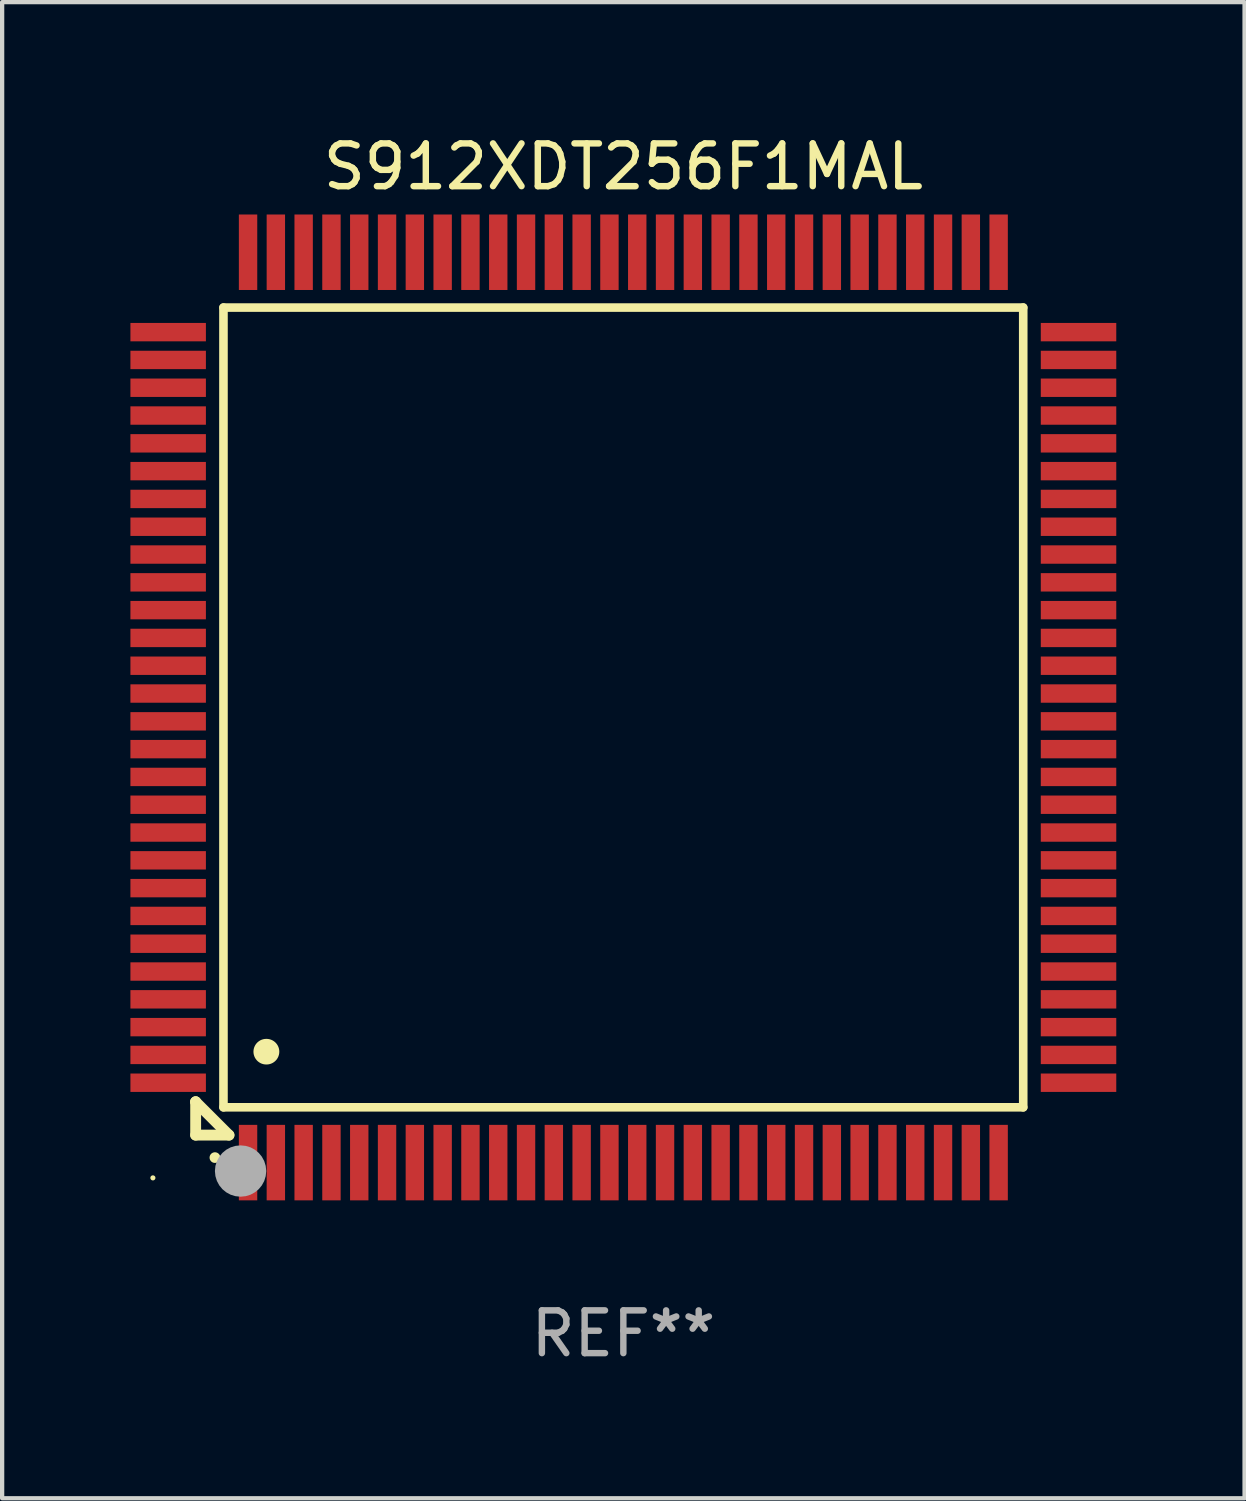
<source format=kicad_pcb>
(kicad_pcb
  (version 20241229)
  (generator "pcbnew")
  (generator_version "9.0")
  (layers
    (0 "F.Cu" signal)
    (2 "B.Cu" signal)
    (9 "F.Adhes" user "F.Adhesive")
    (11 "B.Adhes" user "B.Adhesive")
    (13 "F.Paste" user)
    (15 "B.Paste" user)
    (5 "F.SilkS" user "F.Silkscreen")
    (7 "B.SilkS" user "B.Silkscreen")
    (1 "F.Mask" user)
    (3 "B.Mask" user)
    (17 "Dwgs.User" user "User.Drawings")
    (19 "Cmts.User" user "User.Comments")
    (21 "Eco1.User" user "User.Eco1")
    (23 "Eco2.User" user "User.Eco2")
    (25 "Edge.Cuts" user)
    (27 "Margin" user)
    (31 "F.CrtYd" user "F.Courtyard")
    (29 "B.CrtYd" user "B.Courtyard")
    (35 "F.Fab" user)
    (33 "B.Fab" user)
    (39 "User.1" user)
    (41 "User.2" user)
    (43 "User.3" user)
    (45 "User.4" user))
  (footprint "S912XDT256F1MAL"
    (layer "F.Cu")
    (at 11.525 13.491)
    (property "Reference" "S912XDT256F1MAL" (at 0 -12.643 0) (layer "F.SilkS") (effects (font (size 1 1) (thickness 0.15))))
    (attr through_hole)
    (fp_line (start -10 9.221) (end -10 9.221) (stroke (width 0.254) (type solid)) (layer "F.SilkS"))
    (fp_line (start -10 9.221) (end -10 10) (stroke (width 0.254) (type solid)) (layer "F.SilkS"))
    (fp_line (start -10 9.221) (end -9.221 10) (stroke (width 0.254) (type solid)) (layer "F.SilkS"))
    (fp_line (start -10 10) (end -9.221 10) (stroke (width 0.254) (type solid)) (layer "F.SilkS"))
    (fp_line (start -9.35 -9.35) (end -9.35 9.35) (stroke (width 0.201) (type solid)) (layer "F.SilkS"))
    (fp_line (start -9.35 9.35) (end 9.35 9.35) (stroke (width 0.201) (type solid)) (layer "F.SilkS"))
    (fp_line (start 9.35 -9.35) (end -9.35 -9.35) (stroke (width 0.201) (type solid)) (layer "F.SilkS"))
    (fp_line (start 9.35 9.35) (end 9.35 -9.35) (stroke (width 0.201) (type solid)) (layer "F.SilkS"))
    (fp_arc (start -9.550546 10.525832) (mid -9.549276 10.525826) (end -9.548006 10.525832) (stroke (width 0.24892) (type solid)) (layer "F.SilkS"))
    (fp_arc (start -8.349124 8.049327) (mid -8.346584 8.049316) (end -8.344044 8.049327) (stroke (width 0.599441) (type solid)) (layer "F.SilkS"))
    (fp_circle (center -11 11) (end -10.97 11) (stroke (width 0.06) (type solid)) (fill no) (layer "F.SilkS"))
    (fp_circle (center -8.95 10.84) (end -8.65 10.84) (stroke (width 0.6) (type solid)) (fill no) (layer "F.Fab"))
    (fp_text user "REF**" (at 0 14.643 0) (layer "F.Fab") (effects (font (size 1 1) (thickness 0.15))))
    (pad "1" smd rect (at -8.775 10.643) (size 0.43 1.765) (layers "F.Cu" "F.Mask" "F.Paste"))
    (pad "2" smd rect (at -8.125 10.643) (size 0.43 1.765) (layers "F.Cu" "F.Mask" "F.Paste"))
    (pad "3" smd rect (at -7.475 10.643) (size 0.43 1.765) (layers "F.Cu" "F.Mask" "F.Paste"))
    (pad "4" smd rect (at -6.825 10.643) (size 0.43 1.765) (layers "F.Cu" "F.Mask" "F.Paste"))
    (pad "5" smd rect (at -6.175 10.643) (size 0.43 1.765) (layers "F.Cu" "F.Mask" "F.Paste"))
    (pad "6" smd rect (at -5.525 10.643) (size 0.43 1.765) (layers "F.Cu" "F.Mask" "F.Paste"))
    (pad "7" smd rect (at -4.875 10.643) (size 0.43 1.765) (layers "F.Cu" "F.Mask" "F.Paste"))
    (pad "8" smd rect (at -4.225 10.643) (size 0.43 1.765) (layers "F.Cu" "F.Mask" "F.Paste"))
    (pad "9" smd rect (at -3.575 10.643) (size 0.43 1.765) (layers "F.Cu" "F.Mask" "F.Paste"))
    (pad "10" smd rect (at -2.925 10.643) (size 0.43 1.765) (layers "F.Cu" "F.Mask" "F.Paste"))
    (pad "11" smd rect (at -2.275 10.643) (size 0.43 1.765) (layers "F.Cu" "F.Mask" "F.Paste"))
    (pad "12" smd rect (at -1.625 10.643) (size 0.43 1.765) (layers "F.Cu" "F.Mask" "F.Paste"))
    (pad "13" smd rect (at -0.975 10.643) (size 0.43 1.765) (layers "F.Cu" "F.Mask" "F.Paste"))
    (pad "14" smd rect (at -0.325 10.643) (size 0.43 1.765) (layers "F.Cu" "F.Mask" "F.Paste"))
    (pad "15" smd rect (at 0.325 10.643) (size 0.43 1.765) (layers "F.Cu" "F.Mask" "F.Paste"))
    (pad "16" smd rect (at 0.975 10.643) (size 0.43 1.765) (layers "F.Cu" "F.Mask" "F.Paste"))
    (pad "17" smd rect (at 1.625 10.643) (size 0.43 1.765) (layers "F.Cu" "F.Mask" "F.Paste"))
    (pad "18" smd rect (at 2.275 10.643) (size 0.43 1.765) (layers "F.Cu" "F.Mask" "F.Paste"))
    (pad "19" smd rect (at 2.925 10.643) (size 0.43 1.765) (layers "F.Cu" "F.Mask" "F.Paste"))
    (pad "20" smd rect (at 3.575 10.643) (size 0.43 1.765) (layers "F.Cu" "F.Mask" "F.Paste"))
    (pad "21" smd rect (at 4.225 10.643) (size 0.43 1.765) (layers "F.Cu" "F.Mask" "F.Paste"))
    (pad "22" smd rect (at 4.875 10.643) (size 0.43 1.765) (layers "F.Cu" "F.Mask" "F.Paste"))
    (pad "23" smd rect (at 5.525 10.643) (size 0.43 1.765) (layers "F.Cu" "F.Mask" "F.Paste"))
    (pad "24" smd rect (at 6.175 10.643) (size 0.43 1.765) (layers "F.Cu" "F.Mask" "F.Paste"))
    (pad "25" smd rect (at 6.825 10.643) (size 0.43 1.765) (layers "F.Cu" "F.Mask" "F.Paste"))
    (pad "26" smd rect (at 7.475 10.643) (size 0.43 1.765) (layers "F.Cu" "F.Mask" "F.Paste"))
    (pad "27" smd rect (at 8.125 10.643) (size 0.43 1.765) (layers "F.Cu" "F.Mask" "F.Paste"))
    (pad "28" smd rect (at 8.775 10.643) (size 0.43 1.765) (layers "F.Cu" "F.Mask" "F.Paste"))
    (pad "29" smd rect (at 10.643 8.775) (size 1.765 0.43) (layers "F.Cu" "F.Mask" "F.Paste"))
    (pad "30" smd rect (at 10.643 8.125) (size 1.765 0.43) (layers "F.Cu" "F.Mask" "F.Paste"))
    (pad "31" smd rect (at 10.643 7.475) (size 1.765 0.43) (layers "F.Cu" "F.Mask" "F.Paste"))
    (pad "32" smd rect (at 10.643 6.825) (size 1.765 0.43) (layers "F.Cu" "F.Mask" "F.Paste"))
    (pad "33" smd rect (at 10.643 6.175) (size 1.765 0.43) (layers "F.Cu" "F.Mask" "F.Paste"))
    (pad "34" smd rect (at 10.643 5.525) (size 1.765 0.43) (layers "F.Cu" "F.Mask" "F.Paste"))
    (pad "35" smd rect (at 10.643 4.875) (size 1.765 0.43) (layers "F.Cu" "F.Mask" "F.Paste"))
    (pad "36" smd rect (at 10.643 4.225) (size 1.765 0.43) (layers "F.Cu" "F.Mask" "F.Paste"))
    (pad "37" smd rect (at 10.643 3.575) (size 1.765 0.43) (layers "F.Cu" "F.Mask" "F.Paste"))
    (pad "38" smd rect (at 10.643 2.925) (size 1.765 0.43) (layers "F.Cu" "F.Mask" "F.Paste"))
    (pad "39" smd rect (at 10.643 2.275) (size 1.765 0.43) (layers "F.Cu" "F.Mask" "F.Paste"))
    (pad "40" smd rect (at 10.643 1.625) (size 1.765 0.43) (layers "F.Cu" "F.Mask" "F.Paste"))
    (pad "41" smd rect (at 10.643 0.975) (size 1.765 0.43) (layers "F.Cu" "F.Mask" "F.Paste"))
    (pad "42" smd rect (at 10.643 0.325) (size 1.765 0.43) (layers "F.Cu" "F.Mask" "F.Paste"))
    (pad "43" smd rect (at 10.643 -0.325) (size 1.765 0.43) (layers "F.Cu" "F.Mask" "F.Paste"))
    (pad "44" smd rect (at 10.643 -0.975) (size 1.765 0.43) (layers "F.Cu" "F.Mask" "F.Paste"))
    (pad "45" smd rect (at 10.643 -1.625) (size 1.765 0.43) (layers "F.Cu" "F.Mask" "F.Paste"))
    (pad "46" smd rect (at 10.643 -2.275) (size 1.765 0.43) (layers "F.Cu" "F.Mask" "F.Paste"))
    (pad "47" smd rect (at 10.643 -2.925) (size 1.765 0.43) (layers "F.Cu" "F.Mask" "F.Paste"))
    (pad "48" smd rect (at 10.643 -3.575) (size 1.765 0.43) (layers "F.Cu" "F.Mask" "F.Paste"))
    (pad "49" smd rect (at 10.643 -4.225) (size 1.765 0.43) (layers "F.Cu" "F.Mask" "F.Paste"))
    (pad "50" smd rect (at 10.643 -4.875) (size 1.765 0.43) (layers "F.Cu" "F.Mask" "F.Paste"))
    (pad "51" smd rect (at 10.643 -5.525) (size 1.765 0.43) (layers "F.Cu" "F.Mask" "F.Paste"))
    (pad "52" smd rect (at 10.643 -6.175) (size 1.765 0.43) (layers "F.Cu" "F.Mask" "F.Paste"))
    (pad "53" smd rect (at 10.643 -6.825) (size 1.765 0.43) (layers "F.Cu" "F.Mask" "F.Paste"))
    (pad "54" smd rect (at 10.643 -7.475) (size 1.765 0.43) (layers "F.Cu" "F.Mask" "F.Paste"))
    (pad "55" smd rect (at 10.643 -8.125) (size 1.765 0.43) (layers "F.Cu" "F.Mask" "F.Paste"))
    (pad "56" smd rect (at 10.643 -8.775) (size 1.765 0.43) (layers "F.Cu" "F.Mask" "F.Paste"))
    (pad "57" smd rect (at 8.775 -10.643) (size 0.43 1.765) (layers "F.Cu" "F.Mask" "F.Paste"))
    (pad "58" smd rect (at 8.125 -10.643) (size 0.43 1.765) (layers "F.Cu" "F.Mask" "F.Paste"))
    (pad "59" smd rect (at 7.475 -10.643) (size 0.43 1.765) (layers "F.Cu" "F.Mask" "F.Paste"))
    (pad "60" smd rect (at 6.825 -10.643) (size 0.43 1.765) (layers "F.Cu" "F.Mask" "F.Paste"))
    (pad "61" smd rect (at 6.175 -10.643) (size 0.43 1.765) (layers "F.Cu" "F.Mask" "F.Paste"))
    (pad "62" smd rect (at 5.525 -10.643) (size 0.43 1.765) (layers "F.Cu" "F.Mask" "F.Paste"))
    (pad "63" smd rect (at 4.875 -10.643) (size 0.43 1.765) (layers "F.Cu" "F.Mask" "F.Paste"))
    (pad "64" smd rect (at 4.225 -10.643) (size 0.43 1.765) (layers "F.Cu" "F.Mask" "F.Paste"))
    (pad "65" smd rect (at 3.575 -10.643) (size 0.43 1.765) (layers "F.Cu" "F.Mask" "F.Paste"))
    (pad "66" smd rect (at 2.925 -10.643) (size 0.43 1.765) (layers "F.Cu" "F.Mask" "F.Paste"))
    (pad "67" smd rect (at 2.275 -10.643) (size 0.43 1.765) (layers "F.Cu" "F.Mask" "F.Paste"))
    (pad "68" smd rect (at 1.625 -10.643) (size 0.43 1.765) (layers "F.Cu" "F.Mask" "F.Paste"))
    (pad "69" smd rect (at 0.975 -10.643) (size 0.43 1.765) (layers "F.Cu" "F.Mask" "F.Paste"))
    (pad "70" smd rect (at 0.325 -10.643) (size 0.43 1.765) (layers "F.Cu" "F.Mask" "F.Paste"))
    (pad "71" smd rect (at -0.325 -10.643) (size 0.43 1.765) (layers "F.Cu" "F.Mask" "F.Paste"))
    (pad "72" smd rect (at -0.975 -10.643) (size 0.43 1.765) (layers "F.Cu" "F.Mask" "F.Paste"))
    (pad "73" smd rect (at -1.625 -10.643) (size 0.43 1.765) (layers "F.Cu" "F.Mask" "F.Paste"))
    (pad "74" smd rect (at -2.275 -10.643) (size 0.43 1.765) (layers "F.Cu" "F.Mask" "F.Paste"))
    (pad "75" smd rect (at -2.925 -10.643) (size 0.43 1.765) (layers "F.Cu" "F.Mask" "F.Paste"))
    (pad "76" smd rect (at -3.575 -10.643) (size 0.43 1.765) (layers "F.Cu" "F.Mask" "F.Paste"))
    (pad "77" smd rect (at -4.225 -10.643) (size 0.43 1.765) (layers "F.Cu" "F.Mask" "F.Paste"))
    (pad "78" smd rect (at -4.875 -10.643) (size 0.43 1.765) (layers "F.Cu" "F.Mask" "F.Paste"))
    (pad "79" smd rect (at -5.525 -10.643) (size 0.43 1.765) (layers "F.Cu" "F.Mask" "F.Paste"))
    (pad "80" smd rect (at -6.175 -10.643) (size 0.43 1.765) (layers "F.Cu" "F.Mask" "F.Paste"))
    (pad "81" smd rect (at -6.825 -10.643) (size 0.43 1.765) (layers "F.Cu" "F.Mask" "F.Paste"))
    (pad "82" smd rect (at -7.475 -10.643) (size 0.43 1.765) (layers "F.Cu" "F.Mask" "F.Paste"))
    (pad "83" smd rect (at -8.125 -10.643) (size 0.43 1.765) (layers "F.Cu" "F.Mask" "F.Paste"))
    (pad "84" smd rect (at -8.775 -10.643) (size 0.43 1.765) (layers "F.Cu" "F.Mask" "F.Paste"))
    (pad "85" smd rect (at -10.643 -8.775) (size 1.765 0.43) (layers "F.Cu" "F.Mask" "F.Paste"))
    (pad "86" smd rect (at -10.643 -8.125) (size 1.765 0.43) (layers "F.Cu" "F.Mask" "F.Paste"))
    (pad "87" smd rect (at -10.643 -7.475) (size 1.765 0.43) (layers "F.Cu" "F.Mask" "F.Paste"))
    (pad "88" smd rect (at -10.643 -6.825) (size 1.765 0.43) (layers "F.Cu" "F.Mask" "F.Paste"))
    (pad "89" smd rect (at -10.643 -6.175) (size 1.765 0.43) (layers "F.Cu" "F.Mask" "F.Paste"))
    (pad "90" smd rect (at -10.643 -5.525) (size 1.765 0.43) (layers "F.Cu" "F.Mask" "F.Paste"))
    (pad "91" smd rect (at -10.643 -4.875) (size 1.765 0.43) (layers "F.Cu" "F.Mask" "F.Paste"))
    (pad "92" smd rect (at -10.643 -4.225) (size 1.765 0.43) (layers "F.Cu" "F.Mask" "F.Paste"))
    (pad "93" smd rect (at -10.643 -3.575) (size 1.765 0.43) (layers "F.Cu" "F.Mask" "F.Paste"))
    (pad "94" smd rect (at -10.643 -2.925) (size 1.765 0.43) (layers "F.Cu" "F.Mask" "F.Paste"))
    (pad "95" smd rect (at -10.643 -2.275) (size 1.765 0.43) (layers "F.Cu" "F.Mask" "F.Paste"))
    (pad "96" smd rect (at -10.643 -1.625) (size 1.765 0.43) (layers "F.Cu" "F.Mask" "F.Paste"))
    (pad "97" smd rect (at -10.643 -0.975) (size 1.765 0.43) (layers "F.Cu" "F.Mask" "F.Paste"))
    (pad "98" smd rect (at -10.643 -0.325) (size 1.765 0.43) (layers "F.Cu" "F.Mask" "F.Paste"))
    (pad "99" smd rect (at -10.643 0.325) (size 1.765 0.43) (layers "F.Cu" "F.Mask" "F.Paste"))
    (pad "100" smd rect (at -10.643 0.975) (size 1.765 0.43) (layers "F.Cu" "F.Mask" "F.Paste"))
    (pad "101" smd rect (at -10.643 1.625) (size 1.765 0.43) (layers "F.Cu" "F.Mask" "F.Paste"))
    (pad "102" smd rect (at -10.643 2.275) (size 1.765 0.43) (layers "F.Cu" "F.Mask" "F.Paste"))
    (pad "103" smd rect (at -10.643 2.925) (size 1.765 0.43) (layers "F.Cu" "F.Mask" "F.Paste"))
    (pad "104" smd rect (at -10.643 3.575) (size 1.765 0.43) (layers "F.Cu" "F.Mask" "F.Paste"))
    (pad "105" smd rect (at -10.643 4.225) (size 1.765 0.43) (layers "F.Cu" "F.Mask" "F.Paste"))
    (pad "106" smd rect (at -10.643 4.875) (size 1.765 0.43) (layers "F.Cu" "F.Mask" "F.Paste"))
    (pad "107" smd rect (at -10.643 5.525) (size 1.765 0.43) (layers "F.Cu" "F.Mask" "F.Paste"))
    (pad "108" smd rect (at -10.643 6.175) (size 1.765 0.43) (layers "F.Cu" "F.Mask" "F.Paste"))
    (pad "109" smd rect (at -10.643 6.825) (size 1.765 0.43) (layers "F.Cu" "F.Mask" "F.Paste"))
    (pad "110" smd rect (at -10.643 7.475) (size 1.765 0.43) (layers "F.Cu" "F.Mask" "F.Paste"))
    (pad "111" smd rect (at -10.643 8.125) (size 1.765 0.43) (layers "F.Cu" "F.Mask" "F.Paste"))
    (pad "112" smd rect (at -10.643 8.775) (size 1.765 0.43) (layers "F.Cu" "F.Mask" "F.Paste")))
  (gr_rect
    (start -3 -3)
    (end 26.05 31.982)
    (stroke (width 0.1) (type default))
    (fill no)
    (layer "Edge.Cuts")))
</source>
